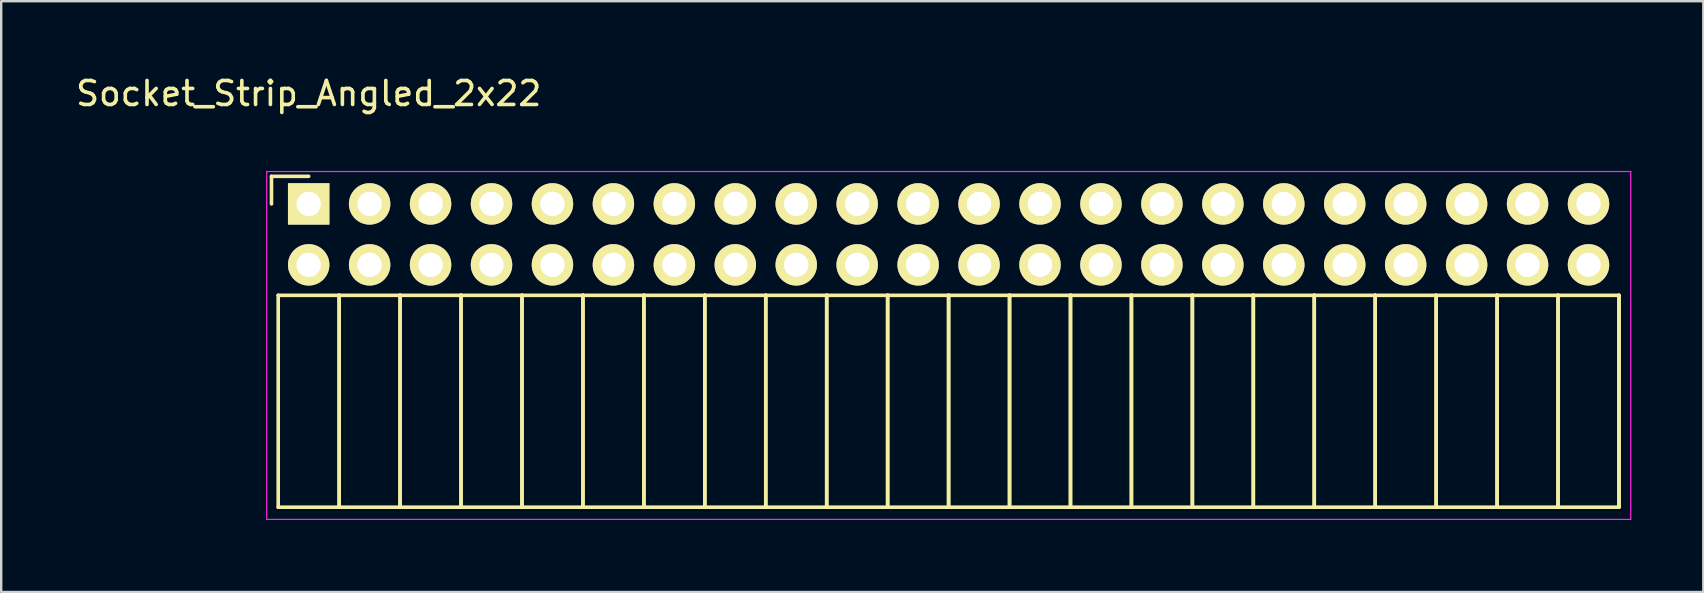
<source format=kicad_pcb>
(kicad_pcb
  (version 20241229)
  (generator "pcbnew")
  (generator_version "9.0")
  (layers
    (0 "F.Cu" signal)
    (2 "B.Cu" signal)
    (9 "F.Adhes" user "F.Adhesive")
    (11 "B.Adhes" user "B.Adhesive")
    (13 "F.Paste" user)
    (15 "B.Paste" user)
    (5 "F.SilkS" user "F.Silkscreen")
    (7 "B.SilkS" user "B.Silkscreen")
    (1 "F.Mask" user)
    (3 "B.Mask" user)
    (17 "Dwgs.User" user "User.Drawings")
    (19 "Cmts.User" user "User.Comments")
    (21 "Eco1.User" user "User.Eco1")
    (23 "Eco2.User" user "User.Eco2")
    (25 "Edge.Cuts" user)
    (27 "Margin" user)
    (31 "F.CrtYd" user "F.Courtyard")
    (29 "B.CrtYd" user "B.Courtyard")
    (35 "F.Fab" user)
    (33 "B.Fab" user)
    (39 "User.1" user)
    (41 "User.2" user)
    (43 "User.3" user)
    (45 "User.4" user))
  (footprint "Socket_Strip_Angled_2x22"
    (layer "F.Cu")
    (at 9.815 5.448)
    (property "Reference" "Socket_Strip_Angled_2x22" (at 0 -4.6 0) (layer "F.SilkS") (effects (font (size 1 1) (thickness 0.15))))
    (attr through_hole)
    (fp_line (start -1.55 -1.15) (end -1.55 0) (stroke (width 0.15) (type solid)) (layer "F.SilkS"))
    (fp_line (start -1.27 3.81) (end -1.27 12.64) (stroke (width 0.15) (type solid)) (layer "F.SilkS"))
    (fp_line (start -1.27 3.81) (end 1.27 3.81) (stroke (width 0.15) (type solid)) (layer "F.SilkS"))
    (fp_line (start -1.27 12.64) (end 1.27 12.64) (stroke (width 0.15) (type solid)) (layer "F.SilkS"))
    (fp_line (start 0 -1.15) (end -1.55 -1.15) (stroke (width 0.15) (type solid)) (layer "F.SilkS"))
    (fp_line (start 1.27 3.81) (end 1.27 12.64) (stroke (width 0.15) (type solid)) (layer "F.SilkS"))
    (fp_line (start 1.27 3.81) (end 3.81 3.81) (stroke (width 0.15) (type solid)) (layer "F.SilkS"))
    (fp_line (start 1.27 12.64) (end 1.27 3.81) (stroke (width 0.15) (type solid)) (layer "F.SilkS"))
    (fp_line (start 1.27 12.64) (end 3.81 12.64) (stroke (width 0.15) (type solid)) (layer "F.SilkS"))
    (fp_line (start 3.81 3.81) (end 3.81 12.64) (stroke (width 0.15) (type solid)) (layer "F.SilkS"))
    (fp_line (start 3.81 3.81) (end 6.35 3.81) (stroke (width 0.15) (type solid)) (layer "F.SilkS"))
    (fp_line (start 3.81 12.64) (end 3.81 3.81) (stroke (width 0.15) (type solid)) (layer "F.SilkS"))
    (fp_line (start 3.81 12.64) (end 6.35 12.64) (stroke (width 0.15) (type solid)) (layer "F.SilkS"))
    (fp_line (start 6.35 3.81) (end 6.35 12.64) (stroke (width 0.15) (type solid)) (layer "F.SilkS"))
    (fp_line (start 6.35 3.81) (end 8.89 3.81) (stroke (width 0.15) (type solid)) (layer "F.SilkS"))
    (fp_line (start 6.35 12.64) (end 6.35 3.81) (stroke (width 0.15) (type solid)) (layer "F.SilkS"))
    (fp_line (start 6.35 12.64) (end 8.89 12.64) (stroke (width 0.15) (type solid)) (layer "F.SilkS"))
    (fp_line (start 8.89 3.81) (end 8.89 12.64) (stroke (width 0.15) (type solid)) (layer "F.SilkS"))
    (fp_line (start 8.89 3.81) (end 11.43 3.81) (stroke (width 0.15) (type solid)) (layer "F.SilkS"))
    (fp_line (start 8.89 12.64) (end 8.89 3.81) (stroke (width 0.15) (type solid)) (layer "F.SilkS"))
    (fp_line (start 8.89 12.64) (end 11.43 12.64) (stroke (width 0.15) (type solid)) (layer "F.SilkS"))
    (fp_line (start 11.43 3.81) (end 11.43 12.64) (stroke (width 0.15) (type solid)) (layer "F.SilkS"))
    (fp_line (start 11.43 3.81) (end 13.97 3.81) (stroke (width 0.15) (type solid)) (layer "F.SilkS"))
    (fp_line (start 11.43 12.64) (end 11.43 3.81) (stroke (width 0.15) (type solid)) (layer "F.SilkS"))
    (fp_line (start 11.43 12.64) (end 13.97 12.64) (stroke (width 0.15) (type solid)) (layer "F.SilkS"))
    (fp_line (start 13.97 3.81) (end 13.97 12.64) (stroke (width 0.15) (type solid)) (layer "F.SilkS"))
    (fp_line (start 13.97 3.81) (end 16.51 3.81) (stroke (width 0.15) (type solid)) (layer "F.SilkS"))
    (fp_line (start 13.97 12.64) (end 13.97 3.81) (stroke (width 0.15) (type solid)) (layer "F.SilkS"))
    (fp_line (start 13.97 12.64) (end 16.51 12.64) (stroke (width 0.15) (type solid)) (layer "F.SilkS"))
    (fp_line (start 16.51 3.81) (end 16.51 12.64) (stroke (width 0.15) (type solid)) (layer "F.SilkS"))
    (fp_line (start 16.51 3.81) (end 19.05 3.81) (stroke (width 0.15) (type solid)) (layer "F.SilkS"))
    (fp_line (start 16.51 12.64) (end 16.51 3.81) (stroke (width 0.15) (type solid)) (layer "F.SilkS"))
    (fp_line (start 16.51 12.64) (end 19.05 12.64) (stroke (width 0.15) (type solid)) (layer "F.SilkS"))
    (fp_line (start 19.05 3.81) (end 19.05 12.64) (stroke (width 0.15) (type solid)) (layer "F.SilkS"))
    (fp_line (start 19.05 3.81) (end 21.59 3.81) (stroke (width 0.15) (type solid)) (layer "F.SilkS"))
    (fp_line (start 19.05 12.64) (end 19.05 3.81) (stroke (width 0.15) (type solid)) (layer "F.SilkS"))
    (fp_line (start 19.05 12.64) (end 21.59 12.64) (stroke (width 0.15) (type solid)) (layer "F.SilkS"))
    (fp_line (start 21.59 3.81) (end 21.59 12.64) (stroke (width 0.15) (type solid)) (layer "F.SilkS"))
    (fp_line (start 21.59 3.81) (end 24.13 3.81) (stroke (width 0.15) (type solid)) (layer "F.SilkS"))
    (fp_line (start 21.59 12.64) (end 21.59 3.81) (stroke (width 0.15) (type solid)) (layer "F.SilkS"))
    (fp_line (start 21.59 12.64) (end 24.13 12.64) (stroke (width 0.15) (type solid)) (layer "F.SilkS"))
    (fp_line (start 24.13 3.81) (end 24.13 12.64) (stroke (width 0.15) (type solid)) (layer "F.SilkS"))
    (fp_line (start 24.13 3.81) (end 26.67 3.81) (stroke (width 0.15) (type solid)) (layer "F.SilkS"))
    (fp_line (start 24.13 12.64) (end 24.13 3.81) (stroke (width 0.15) (type solid)) (layer "F.SilkS"))
    (fp_line (start 24.13 12.64) (end 26.67 12.64) (stroke (width 0.15) (type solid)) (layer "F.SilkS"))
    (fp_line (start 26.67 3.81) (end 26.67 12.64) (stroke (width 0.15) (type solid)) (layer "F.SilkS"))
    (fp_line (start 26.67 3.81) (end 29.21 3.81) (stroke (width 0.15) (type solid)) (layer "F.SilkS"))
    (fp_line (start 26.67 12.64) (end 26.67 3.81) (stroke (width 0.15) (type solid)) (layer "F.SilkS"))
    (fp_line (start 26.67 12.64) (end 29.21 12.64) (stroke (width 0.15) (type solid)) (layer "F.SilkS"))
    (fp_line (start 29.21 3.81) (end 29.21 12.64) (stroke (width 0.15) (type solid)) (layer "F.SilkS"))
    (fp_line (start 29.21 3.81) (end 31.75 3.81) (stroke (width 0.15) (type solid)) (layer "F.SilkS"))
    (fp_line (start 29.21 12.64) (end 29.21 3.81) (stroke (width 0.15) (type solid)) (layer "F.SilkS"))
    (fp_line (start 29.21 12.64) (end 31.75 12.64) (stroke (width 0.15) (type solid)) (layer "F.SilkS"))
    (fp_line (start 31.75 3.81) (end 31.75 12.64) (stroke (width 0.15) (type solid)) (layer "F.SilkS"))
    (fp_line (start 31.75 3.81) (end 34.29 3.81) (stroke (width 0.15) (type solid)) (layer "F.SilkS"))
    (fp_line (start 31.75 12.64) (end 31.75 3.81) (stroke (width 0.15) (type solid)) (layer "F.SilkS"))
    (fp_line (start 31.75 12.64) (end 34.29 12.64) (stroke (width 0.15) (type solid)) (layer "F.SilkS"))
    (fp_line (start 34.29 3.81) (end 34.29 12.64) (stroke (width 0.15) (type solid)) (layer "F.SilkS"))
    (fp_line (start 34.29 3.81) (end 36.83 3.81) (stroke (width 0.15) (type solid)) (layer "F.SilkS"))
    (fp_line (start 34.29 12.64) (end 34.29 3.81) (stroke (width 0.15) (type solid)) (layer "F.SilkS"))
    (fp_line (start 34.29 12.64) (end 36.83 12.64) (stroke (width 0.15) (type solid)) (layer "F.SilkS"))
    (fp_line (start 36.83 3.81) (end 36.83 12.64) (stroke (width 0.15) (type solid)) (layer "F.SilkS"))
    (fp_line (start 36.83 3.81) (end 39.37 3.81) (stroke (width 0.15) (type solid)) (layer "F.SilkS"))
    (fp_line (start 36.83 12.64) (end 36.83 3.81) (stroke (width 0.15) (type solid)) (layer "F.SilkS"))
    (fp_line (start 36.83 12.64) (end 39.37 12.64) (stroke (width 0.15) (type solid)) (layer "F.SilkS"))
    (fp_line (start 39.37 3.81) (end 39.37 12.64) (stroke (width 0.15) (type solid)) (layer "F.SilkS"))
    (fp_line (start 39.37 3.81) (end 41.91 3.81) (stroke (width 0.15) (type solid)) (layer "F.SilkS"))
    (fp_line (start 39.37 12.64) (end 39.37 3.81) (stroke (width 0.15) (type solid)) (layer "F.SilkS"))
    (fp_line (start 39.37 12.64) (end 41.91 12.64) (stroke (width 0.15) (type solid)) (layer "F.SilkS"))
    (fp_line (start 41.91 3.81) (end 41.91 12.64) (stroke (width 0.15) (type solid)) (layer "F.SilkS"))
    (fp_line (start 41.91 3.81) (end 44.45 3.81) (stroke (width 0.15) (type solid)) (layer "F.SilkS"))
    (fp_line (start 41.91 12.64) (end 41.91 3.81) (stroke (width 0.15) (type solid)) (layer "F.SilkS"))
    (fp_line (start 41.91 12.64) (end 44.45 12.64) (stroke (width 0.15) (type solid)) (layer "F.SilkS"))
    (fp_line (start 44.45 3.81) (end 44.45 12.64) (stroke (width 0.15) (type solid)) (layer "F.SilkS"))
    (fp_line (start 44.45 3.81) (end 46.99 3.81) (stroke (width 0.15) (type solid)) (layer "F.SilkS"))
    (fp_line (start 44.45 12.64) (end 44.45 3.81) (stroke (width 0.15) (type solid)) (layer "F.SilkS"))
    (fp_line (start 44.45 12.64) (end 46.99 12.64) (stroke (width 0.15) (type solid)) (layer "F.SilkS"))
    (fp_line (start 46.99 3.81) (end 46.99 12.64) (stroke (width 0.15) (type solid)) (layer "F.SilkS"))
    (fp_line (start 46.99 3.81) (end 49.53 3.81) (stroke (width 0.15) (type solid)) (layer "F.SilkS"))
    (fp_line (start 46.99 12.64) (end 46.99 3.81) (stroke (width 0.15) (type solid)) (layer "F.SilkS"))
    (fp_line (start 46.99 12.64) (end 49.53 12.64) (stroke (width 0.15) (type solid)) (layer "F.SilkS"))
    (fp_line (start 49.53 3.81) (end 49.53 12.64) (stroke (width 0.15) (type solid)) (layer "F.SilkS"))
    (fp_line (start 49.53 3.81) (end 52.07 3.81) (stroke (width 0.15) (type solid)) (layer "F.SilkS"))
    (fp_line (start 49.53 12.64) (end 49.53 3.81) (stroke (width 0.15) (type solid)) (layer "F.SilkS"))
    (fp_line (start 49.53 12.64) (end 52.07 12.64) (stroke (width 0.15) (type solid)) (layer "F.SilkS"))
    (fp_line (start 52.07 3.81) (end 52.07 12.64) (stroke (width 0.15) (type solid)) (layer "F.SilkS"))
    (fp_line (start 52.07 3.81) (end 54.61 3.81) (stroke (width 0.15) (type solid)) (layer "F.SilkS"))
    (fp_line (start 52.07 12.64) (end 52.07 3.81) (stroke (width 0.15) (type solid)) (layer "F.SilkS"))
    (fp_line (start 52.07 12.64) (end 54.61 12.64) (stroke (width 0.15) (type solid)) (layer "F.SilkS"))
    (fp_line (start 54.61 3.81) (end 54.61 12.64) (stroke (width 0.15) (type solid)) (layer "F.SilkS"))
    (fp_line (start 54.61 12.64) (end 54.61 3.81) (stroke (width 0.15) (type solid)) (layer "F.SilkS"))
    (fp_line (start -1.75 -1.35) (end -1.75 13.15) (stroke (width 0.05) (type solid)) (layer "F.CrtYd"))
    (fp_line (start -1.75 -1.35) (end 55.1 -1.35) (stroke (width 0.05) (type solid)) (layer "F.CrtYd"))
    (fp_line (start -1.75 13.15) (end 55.1 13.15) (stroke (width 0.05) (type solid)) (layer "F.CrtYd"))
    (fp_line (start 55.1 -1.35) (end 55.1 13.15) (stroke (width 0.05) (type solid)) (layer "F.CrtYd"))
    (pad "1" thru_hole rect (at 0 0) (size 1.727 1.727) (drill 1.016) (layers "*.Cu" "*.Mask" "F.SilkS"))
    (pad "2" thru_hole oval (at 0 2.54) (size 1.727 1.727) (drill 1.016) (layers "*.Cu" "*.Mask" "F.SilkS"))
    (pad "3" thru_hole oval (at 2.54 0) (size 1.727 1.727) (drill 1.016) (layers "*.Cu" "*.Mask" "F.SilkS"))
    (pad "4" thru_hole oval (at 2.54 2.54) (size 1.727 1.727) (drill 1.016) (layers "*.Cu" "*.Mask" "F.SilkS"))
    (pad "5" thru_hole oval (at 5.08 0) (size 1.727 1.727) (drill 1.016) (layers "*.Cu" "*.Mask" "F.SilkS"))
    (pad "6" thru_hole oval (at 5.08 2.54) (size 1.727 1.727) (drill 1.016) (layers "*.Cu" "*.Mask" "F.SilkS"))
    (pad "7" thru_hole oval (at 7.62 0) (size 1.727 1.727) (drill 1.016) (layers "*.Cu" "*.Mask" "F.SilkS"))
    (pad "8" thru_hole oval (at 7.62 2.54) (size 1.727 1.727) (drill 1.016) (layers "*.Cu" "*.Mask" "F.SilkS"))
    (pad "9" thru_hole oval (at 10.16 0) (size 1.727 1.727) (drill 1.016) (layers "*.Cu" "*.Mask" "F.SilkS"))
    (pad "10" thru_hole oval (at 10.16 2.54) (size 1.727 1.727) (drill 1.016) (layers "*.Cu" "*.Mask" "F.SilkS"))
    (pad "11" thru_hole oval (at 12.7 0) (size 1.727 1.727) (drill 1.016) (layers "*.Cu" "*.Mask" "F.SilkS"))
    (pad "12" thru_hole oval (at 12.7 2.54) (size 1.727 1.727) (drill 1.016) (layers "*.Cu" "*.Mask" "F.SilkS"))
    (pad "13" thru_hole oval (at 15.24 0) (size 1.727 1.727) (drill 1.016) (layers "*.Cu" "*.Mask" "F.SilkS"))
    (pad "14" thru_hole oval (at 15.24 2.54) (size 1.727 1.727) (drill 1.016) (layers "*.Cu" "*.Mask" "F.SilkS"))
    (pad "15" thru_hole oval (at 17.78 0) (size 1.727 1.727) (drill 1.016) (layers "*.Cu" "*.Mask" "F.SilkS"))
    (pad "16" thru_hole oval (at 17.78 2.54) (size 1.727 1.727) (drill 1.016) (layers "*.Cu" "*.Mask" "F.SilkS"))
    (pad "17" thru_hole oval (at 20.32 0) (size 1.727 1.727) (drill 1.016) (layers "*.Cu" "*.Mask" "F.SilkS"))
    (pad "18" thru_hole oval (at 20.32 2.54) (size 1.727 1.727) (drill 1.016) (layers "*.Cu" "*.Mask" "F.SilkS"))
    (pad "19" thru_hole oval (at 22.86 0) (size 1.727 1.727) (drill 1.016) (layers "*.Cu" "*.Mask" "F.SilkS"))
    (pad "20" thru_hole oval (at 22.86 2.54) (size 1.727 1.727) (drill 1.016) (layers "*.Cu" "*.Mask" "F.SilkS"))
    (pad "21" thru_hole oval (at 25.4 0) (size 1.727 1.727) (drill 1.016) (layers "*.Cu" "*.Mask" "F.SilkS"))
    (pad "22" thru_hole oval (at 25.4 2.54) (size 1.727 1.727) (drill 1.016) (layers "*.Cu" "*.Mask" "F.SilkS"))
    (pad "23" thru_hole oval (at 27.94 0) (size 1.727 1.727) (drill 1.016) (layers "*.Cu" "*.Mask" "F.SilkS"))
    (pad "24" thru_hole oval (at 27.94 2.54) (size 1.727 1.727) (drill 1.016) (layers "*.Cu" "*.Mask" "F.SilkS"))
    (pad "25" thru_hole oval (at 30.48 0) (size 1.727 1.727) (drill 1.016) (layers "*.Cu" "*.Mask" "F.SilkS"))
    (pad "26" thru_hole oval (at 30.48 2.54) (size 1.727 1.727) (drill 1.016) (layers "*.Cu" "*.Mask" "F.SilkS"))
    (pad "27" thru_hole oval (at 33.02 0) (size 1.727 1.727) (drill 1.016) (layers "*.Cu" "*.Mask" "F.SilkS"))
    (pad "28" thru_hole oval (at 33.02 2.54) (size 1.727 1.727) (drill 1.016) (layers "*.Cu" "*.Mask" "F.SilkS"))
    (pad "29" thru_hole oval (at 35.56 0) (size 1.727 1.727) (drill 1.016) (layers "*.Cu" "*.Mask" "F.SilkS"))
    (pad "30" thru_hole oval (at 35.56 2.54) (size 1.727 1.727) (drill 1.016) (layers "*.Cu" "*.Mask" "F.SilkS"))
    (pad "31" thru_hole oval (at 38.1 0) (size 1.727 1.727) (drill 1.016) (layers "*.Cu" "*.Mask" "F.SilkS"))
    (pad "32" thru_hole oval (at 38.1 2.54) (size 1.727 1.727) (drill 1.016) (layers "*.Cu" "*.Mask" "F.SilkS"))
    (pad "33" thru_hole oval (at 40.64 0) (size 1.727 1.727) (drill 1.016) (layers "*.Cu" "*.Mask" "F.SilkS"))
    (pad "34" thru_hole oval (at 40.64 2.54) (size 1.727 1.727) (drill 1.016) (layers "*.Cu" "*.Mask" "F.SilkS"))
    (pad "35" thru_hole oval (at 43.18 0) (size 1.727 1.727) (drill 1.016) (layers "*.Cu" "*.Mask" "F.SilkS"))
    (pad "36" thru_hole oval (at 43.18 2.54) (size 1.727 1.727) (drill 1.016) (layers "*.Cu" "*.Mask" "F.SilkS"))
    (pad "37" thru_hole oval (at 45.72 0) (size 1.727 1.727) (drill 1.016) (layers "*.Cu" "*.Mask" "F.SilkS"))
    (pad "38" thru_hole oval (at 45.72 2.54) (size 1.727 1.727) (drill 1.016) (layers "*.Cu" "*.Mask" "F.SilkS"))
    (pad "39" thru_hole oval (at 48.26 0) (size 1.727 1.727) (drill 1.016) (layers "*.Cu" "*.Mask" "F.SilkS"))
    (pad "40" thru_hole oval (at 48.26 2.54) (size 1.727 1.727) (drill 1.016) (layers "*.Cu" "*.Mask" "F.SilkS"))
    (pad "41" thru_hole oval (at 50.8 0) (size 1.727 1.727) (drill 1.016) (layers "*.Cu" "*.Mask" "F.SilkS"))
    (pad "42" thru_hole oval (at 50.8 2.54) (size 1.727 1.727) (drill 1.016) (layers "*.Cu" "*.Mask" "F.SilkS"))
    (pad "43" thru_hole oval (at 53.34 0) (size 1.727 1.727) (drill 1.016) (layers "*.Cu" "*.Mask" "F.SilkS"))
    (pad "44" thru_hole oval (at 53.34 2.54) (size 1.727 1.727) (drill 1.016) (layers "*.Cu" "*.Mask" "F.SilkS")))
  (gr_rect
    (start -3 -3)
    (end 67.94 21.623)
    (stroke (width 0.1) (type default))
    (fill no)
    (layer "Edge.Cuts")))
</source>
